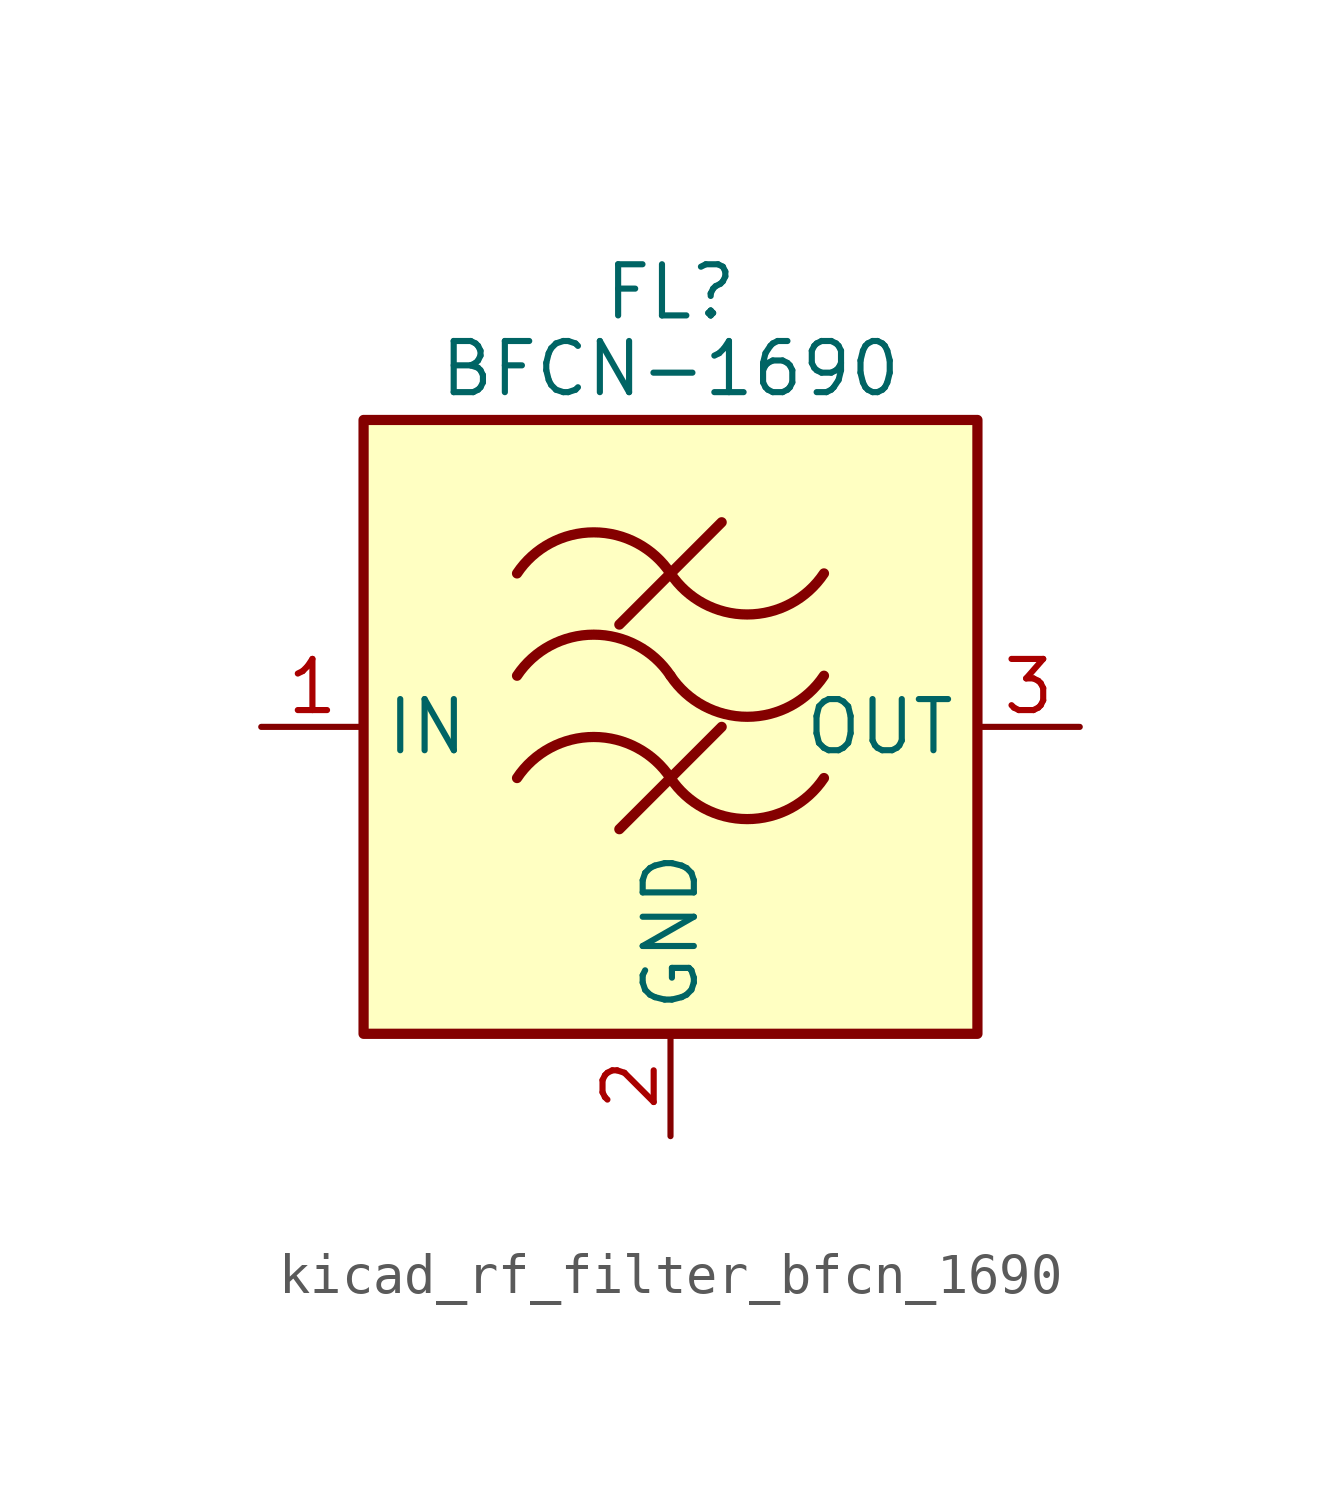
<source format=kicad_sym>
(kicad_symbol_lib
  (version 20220914)
  (generator kicad_symbol_editor)
  (symbol "kicad_rf_filter_bfcn_1690"
    (property "Reference" "FL"
      (at 0 10.795 0)
      (effects (font (size 1.27 1.27))))
    (property "Value" "BFCN-1690"
      (at 0 8.89 0)
      (effects (font (size 1.27 1.27))))
    (symbol "kicad_rf_filter_bfcn_1690_0_1"
      (rectangle (start -7.62 7.62) (end 7.62 -7.62) (stroke (width 0.254) (type default)) (fill (type background)))
      (arc (start 0 -1.27) (mid -1.905 -0.2505) (end -3.81 -1.27) (stroke (width 0.254) (type default)) (fill (type none)))
      (arc (start 0 -1.27) (mid 1.905 -2.2895) (end 3.81 -1.27) (stroke (width 0.254) (type default)) (fill (type none)))
      (polyline (pts (xy -1.27 -2.54) (xy 1.27 0)) (stroke (width 0.254) (type default)) (fill (type none)))
      (polyline (pts (xy -1.27 2.54) (xy 1.27 5.08)) (stroke (width 0.254) (type default)) (fill (type none)))
      (arc (start 0 1.27) (mid -1.905 2.2895) (end -3.81 1.27) (stroke (width 0.254) (type default)) (fill (type none)))
      (arc (start 0 1.27) (mid 1.905 0.2505) (end 3.81 1.27) (stroke (width 0.254) (type default)) (fill (type none)))
      (arc (start 0 3.81) (mid -1.905 4.8295) (end -3.81 3.81) (stroke (width 0.254) (type default)) (fill (type none)))
      (arc (start 0 3.81) (mid 1.905 2.7905) (end 3.81 3.81) (stroke (width 0.254) (type default)) (fill (type none))))
    (symbol "kicad_rf_filter_bfcn_1690_1_1"
      (pin passive line (at -10.16 0 0) (length 2.54) (name "IN" (effects (font (size 1.27 1.27)))) (number "1" (effects (font (size 1.27 1.27)))))
      (pin passive line (at 0 -10.16 90) (length 2.54) (name "GND" (effects (font (size 1.27 1.27)))) (number "2" (effects (font (size 1.27 1.27)))))
      (pin passive line (at 10.16 0 180) (length 2.54) (name "OUT" (effects (font (size 1.27 1.27)))) (number "3" (effects (font (size 1.27 1.27)))))
      (pin passive line (at 0 -10.16 90) (length 2.54) hide (name "GND" (effects (font (size 1.27 1.27)))) (number "4" (effects (font (size 1.27 1.27)))))
      (pin passive line (at 0 -10.16 90) (length 2.54) hide (name "GND" (effects (font (size 1.27 1.27)))) (number "5" (effects (font (size 1.27 1.27)))))
      (pin passive line (at 0 -10.16 90) (length 2.54) hide (name "GND" (effects (font (size 1.27 1.27)))) (number "6" (effects (font (size 1.27 1.27))))))))
</source>
